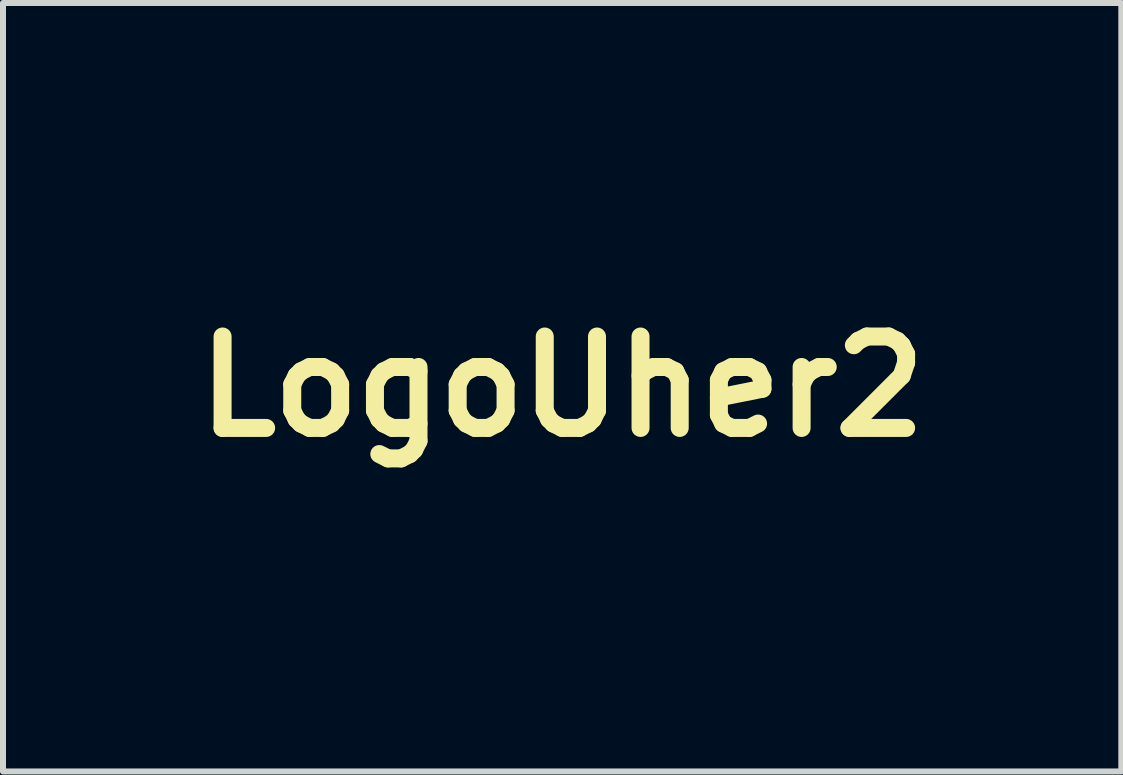
<source format=kicad_pcb>
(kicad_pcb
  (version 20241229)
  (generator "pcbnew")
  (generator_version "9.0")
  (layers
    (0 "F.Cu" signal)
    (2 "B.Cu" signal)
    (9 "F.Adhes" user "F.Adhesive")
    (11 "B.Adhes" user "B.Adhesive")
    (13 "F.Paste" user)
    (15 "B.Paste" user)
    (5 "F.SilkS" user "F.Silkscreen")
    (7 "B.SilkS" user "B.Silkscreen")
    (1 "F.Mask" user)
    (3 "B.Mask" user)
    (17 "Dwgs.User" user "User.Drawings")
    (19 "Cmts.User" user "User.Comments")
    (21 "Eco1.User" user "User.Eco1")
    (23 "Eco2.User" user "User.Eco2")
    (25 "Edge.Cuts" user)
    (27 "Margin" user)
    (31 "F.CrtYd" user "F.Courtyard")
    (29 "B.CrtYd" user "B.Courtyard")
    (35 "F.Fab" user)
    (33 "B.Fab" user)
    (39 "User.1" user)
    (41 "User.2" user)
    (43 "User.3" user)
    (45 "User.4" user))
  (footprint "LogoUher2"
    (layer "F.Cu")
    (at 6.321 3.394)
    (property "Reference" "LogoUher2" (at 0 0 0) (layer "F.SilkS") (effects (font (size 1.524 1.524) (thickness 0.3))))
    (attr through_hole)
    (fp_poly (pts (xy 0.153 -0.386) (xy 0.276 -0.296) (xy 0.368 -0.159) (xy 0.407 -0.01) (xy 0.408 0.001) (xy 0.38 0.084) (xy 0.311 0.183) (xy 0.289 0.207) (xy 0.144 0.307) (xy -0.003 0.329) (xy -0.143 0.273) (xy -0.221 0.201) (xy -0.302 0.055) (xy -0.32 -0.093) (xy -0.283 -0.229) (xy -0.2 -0.337) (xy -0.082 -0.403) (xy 0.063 -0.412) (xy 0.153 -0.386)) (stroke (width 0.01) (type solid)) (fill yes) (layer "F.Mask"))
    (fp_poly (pts (xy -1.338 0.24) (xy -1.28 0.281) (xy -1.178 0.372) (xy -1.044 0.502) (xy -0.889 0.66) (xy -0.764 0.791) (xy -0.564 1.007) (xy -0.417 1.175) (xy -0.324 1.31) (xy -0.285 1.422) (xy -0.299 1.527) (xy -0.367 1.637) (xy -0.487 1.766) (xy -0.66 1.926) (xy -0.744 2.002) (xy -0.999 2.228) (xy -1.202 2.397) (xy -1.352 2.509) (xy -1.448 2.563) (xy -1.471 2.568) (xy -1.515 2.548) (xy -1.605 2.494) (xy -1.681 2.445) (xy -1.809 2.346) (xy -1.966 2.204) (xy -2.132 2.039) (xy -2.29 1.87) (xy -2.419 1.717) (xy -2.49 1.617) (xy -2.539 1.526) (xy -2.562 1.446) (xy -2.554 1.364) (xy -2.509 1.27) (xy -2.422 1.152) (xy -2.288 1.001) (xy -2.102 0.804) (xy -2.088 0.79) (xy -1.887 0.584) (xy -1.732 0.431) (xy -1.615 0.326) (xy -1.525 0.261) (xy -1.454 0.229) (xy -1.394 0.225) (xy -1.338 0.24)) (stroke (width 0.01) (type solid)) (fill yes) (layer "F.Mask"))
    (fp_poly (pts (xy -1.332 -2.579) (xy -1.277 -2.552) (xy -1.209 -2.503) (xy -1.096 -2.408) (xy -0.951 -2.277) (xy -0.786 -2.124) (xy -0.683 -2.025) (xy -0.496 -1.841) (xy -0.363 -1.702) (xy -0.275 -1.599) (xy -0.225 -1.523) (xy -0.205 -1.464) (xy -0.204 -1.446) (xy -0.233 -1.373) (xy -0.312 -1.259) (xy -0.431 -1.115) (xy -0.577 -0.953) (xy -0.739 -0.784) (xy -0.907 -0.62) (xy -1.067 -0.473) (xy -1.209 -0.353) (xy -1.322 -0.273) (xy -1.393 -0.245) (xy -1.441 -0.255) (xy -1.5 -0.291) (xy -1.579 -0.361) (xy -1.686 -0.472) (xy -1.828 -0.633) (xy -1.994 -0.826) (xy -2.189 -1.056) (xy -2.334 -1.236) (xy -2.429 -1.378) (xy -2.477 -1.494) (xy -2.479 -1.596) (xy -2.436 -1.697) (xy -2.349 -1.809) (xy -2.22 -1.944) (xy -2.13 -2.035) (xy -1.973 -2.186) (xy -1.814 -2.327) (xy -1.675 -2.44) (xy -1.582 -2.504) (xy -1.468 -2.566) (xy -1.394 -2.59) (xy -1.332 -2.579)) (stroke (width 0.01) (type solid)) (fill yes) (layer "F.Mask"))
    (fp_poly (pts (xy 1.574 0.311) (xy 1.633 0.355) (xy 1.731 0.45) (xy 1.856 0.584) (xy 1.997 0.742) (xy 2.143 0.911) (xy 2.282 1.079) (xy 2.403 1.232) (xy 2.495 1.357) (xy 2.547 1.441) (xy 2.553 1.456) (xy 2.543 1.572) (xy 2.463 1.729) (xy 2.313 1.927) (xy 2.163 2.093) (xy 1.971 2.282) (xy 1.783 2.441) (xy 1.614 2.559) (xy 1.479 2.625) (xy 1.463 2.629) (xy 1.419 2.633) (xy 1.368 2.617) (xy 1.3 2.575) (xy 1.206 2.498) (xy 1.076 2.381) (xy 0.901 2.215) (xy 0.838 2.155) (xy 0.666 1.986) (xy 0.514 1.83) (xy 0.391 1.697) (xy 0.309 1.6) (xy 0.279 1.554) (xy 0.261 1.474) (xy 0.274 1.392) (xy 0.323 1.298) (xy 0.415 1.183) (xy 0.557 1.038) (xy 0.756 0.853) (xy 0.802 0.812) (xy 1.016 0.621) (xy 1.181 0.48) (xy 1.306 0.384) (xy 1.4 0.325) (xy 1.473 0.299) (xy 1.534 0.299) (xy 1.574 0.311)) (stroke (width 0.01) (type solid)) (fill yes) (layer "F.Mask"))
    (fp_poly (pts (xy 1.603 -2.554) (xy 1.685 -2.511) (xy 1.807 -2.42) (xy 1.955 -2.292) (xy 2.117 -2.141) (xy 2.277 -1.978) (xy 2.424 -1.817) (xy 2.453 -1.782) (xy 2.573 -1.626) (xy 2.637 -1.501) (xy 2.645 -1.387) (xy 2.593 -1.267) (xy 2.482 -1.123) (xy 2.395 -1.028) (xy 2.241 -0.859) (xy 2.069 -0.669) (xy 1.916 -0.496) (xy 1.901 -0.479) (xy 1.789 -0.353) (xy 1.697 -0.264) (xy 1.613 -0.216) (xy 1.528 -0.209) (xy 1.43 -0.249) (xy 1.31 -0.336) (xy 1.157 -0.475) (xy 0.961 -0.667) (xy 0.876 -0.751) (xy 0.679 -0.949) (xy 0.534 -1.1) (xy 0.434 -1.212) (xy 0.371 -1.296) (xy 0.337 -1.36) (xy 0.326 -1.413) (xy 0.326 -1.42) (xy 0.334 -1.473) (xy 0.362 -1.531) (xy 0.419 -1.605) (xy 0.514 -1.703) (xy 0.655 -1.836) (xy 0.84 -2.004) (xy 1.054 -2.196) (xy 1.215 -2.339) (xy 1.335 -2.441) (xy 1.42 -2.508) (xy 1.482 -2.546) (xy 1.527 -2.561) (xy 1.567 -2.561) (xy 1.603 -2.554)) (stroke (width 0.01) (type solid)) (fill yes) (layer "F.Mask"))
    (fp_poly (pts (xy 0.51 -3.352) (xy 1.014 -3.241) (xy 1.489 -3.06) (xy 1.928 -2.812) (xy 2.325 -2.502) (xy 2.672 -2.134) (xy 2.963 -1.713) (xy 3.119 -1.414) (xy 3.266 -1.013) (xy 3.363 -0.573) (xy 3.409 -0.113) (xy 3.403 0.347) (xy 3.345 0.787) (xy 3.234 1.189) (xy 3.216 1.237) (xy 3 1.681) (xy 2.719 2.098) (xy 2.384 2.474) (xy 2.006 2.797) (xy 1.596 3.055) (xy 1.553 3.077) (xy 1.26 3.197) (xy 0.916 3.293) (xy 0.543 3.363) (xy 0.165 3.403) (xy -0.195 3.411) (xy -0.515 3.383) (xy -0.612 3.364) (xy -1.127 3.208) (xy -1.601 2.985) (xy -2.029 2.7) (xy -2.405 2.357) (xy -2.726 1.962) (xy -2.986 1.519) (xy -3.181 1.035) (xy -3.302 0.535) (xy -3.337 0.106) (xy -3.327 -0.053) (xy -3.103 -0.053) (xy -3.066 0.459) (xy -2.954 0.949) (xy -2.77 1.41) (xy -2.519 1.834) (xy -2.204 2.215) (xy -1.83 2.546) (xy -1.4 2.821) (xy -1.386 2.828) (xy -0.975 3.003) (xy -0.527 3.115) (xy -0.062 3.163) (xy 0.404 3.144) (xy 0.849 3.058) (xy 1.288 2.898) (xy 1.706 2.673) (xy 2.091 2.394) (xy 2.427 2.071) (xy 2.7 1.716) (xy 2.709 1.701) (xy 2.931 1.278) (xy 3.087 0.825) (xy 3.174 0.354) (xy 3.194 -0.121) (xy 3.144 -0.59) (xy 3.025 -1.04) (xy 2.892 -1.351) (xy 2.65 -1.77) (xy 2.374 -2.126) (xy 2.051 -2.431) (xy 1.671 -2.695) (xy 1.293 -2.897) (xy 1.122 -2.967) (xy 0.921 -3.034) (xy 0.708 -3.092) (xy 0.503 -3.138) (xy 0.324 -3.166) (xy 0.191 -3.173) (xy 0.139 -3.164) (xy 0.121 -3.145) (xy 0.108 -3.097) (xy 0.098 -3.012) (xy 0.09 -2.881) (xy 0.085 -2.696) (xy 0.083 -2.449) (xy 0.082 -2.132) (xy 0.082 -2.019) (xy 0.08 -1.654) (xy 0.076 -1.357) (xy 0.069 -1.131) (xy 0.059 -0.979) (xy 0.047 -0.905) (xy 0.041 -0.897) (xy 0.027 -0.937) (xy 0.017 -1.056) (xy 0.008 -1.25) (xy 0.003 -1.516) (xy 0.000269 -1.852) (xy 0 -2.016) (xy -0.001 -2.31) (xy -0.004 -2.576) (xy -0.01 -2.804) (xy -0.016 -2.984) (xy -0.024 -3.104) (xy -0.033 -3.155) (xy -0.034 -3.155) (xy -0.102 -3.164) (xy -0.232 -3.153) (xy -0.403 -3.125) (xy -0.6 -3.083) (xy -0.803 -3.031) (xy -0.992 -2.974) (xy -1.42 -2.789) (xy -1.814 -2.536) (xy -2.168 -2.225) (xy -2.476 -1.865) (xy -2.729 -1.465) (xy -2.923 -1.035) (xy -3.05 -0.584) (xy -3.102 -0.121) (xy -3.103 -0.053) (xy -3.327 -0.053) (xy -3.309 -0.342) (xy -3.22 -0.794) (xy -3.078 -1.237) (xy -2.886 -1.656) (xy -2.65 -2.036) (xy -2.376 -2.363) (xy -2.217 -2.51) (xy -1.765 -2.842) (xy -1.301 -3.096) (xy -0.826 -3.272) (xy -0.344 -3.369) (xy -0.018 -3.389) (xy 0.51 -3.352)) (stroke (width 0.01) (type solid)) (fill yes) (layer "F.Mask")))
  (gr_rect
    (start -3 -3)
    (end 15.642 9.81)
    (stroke (width 0.1) (type default))
    (fill no)
    (layer "Edge.Cuts")))
</source>
